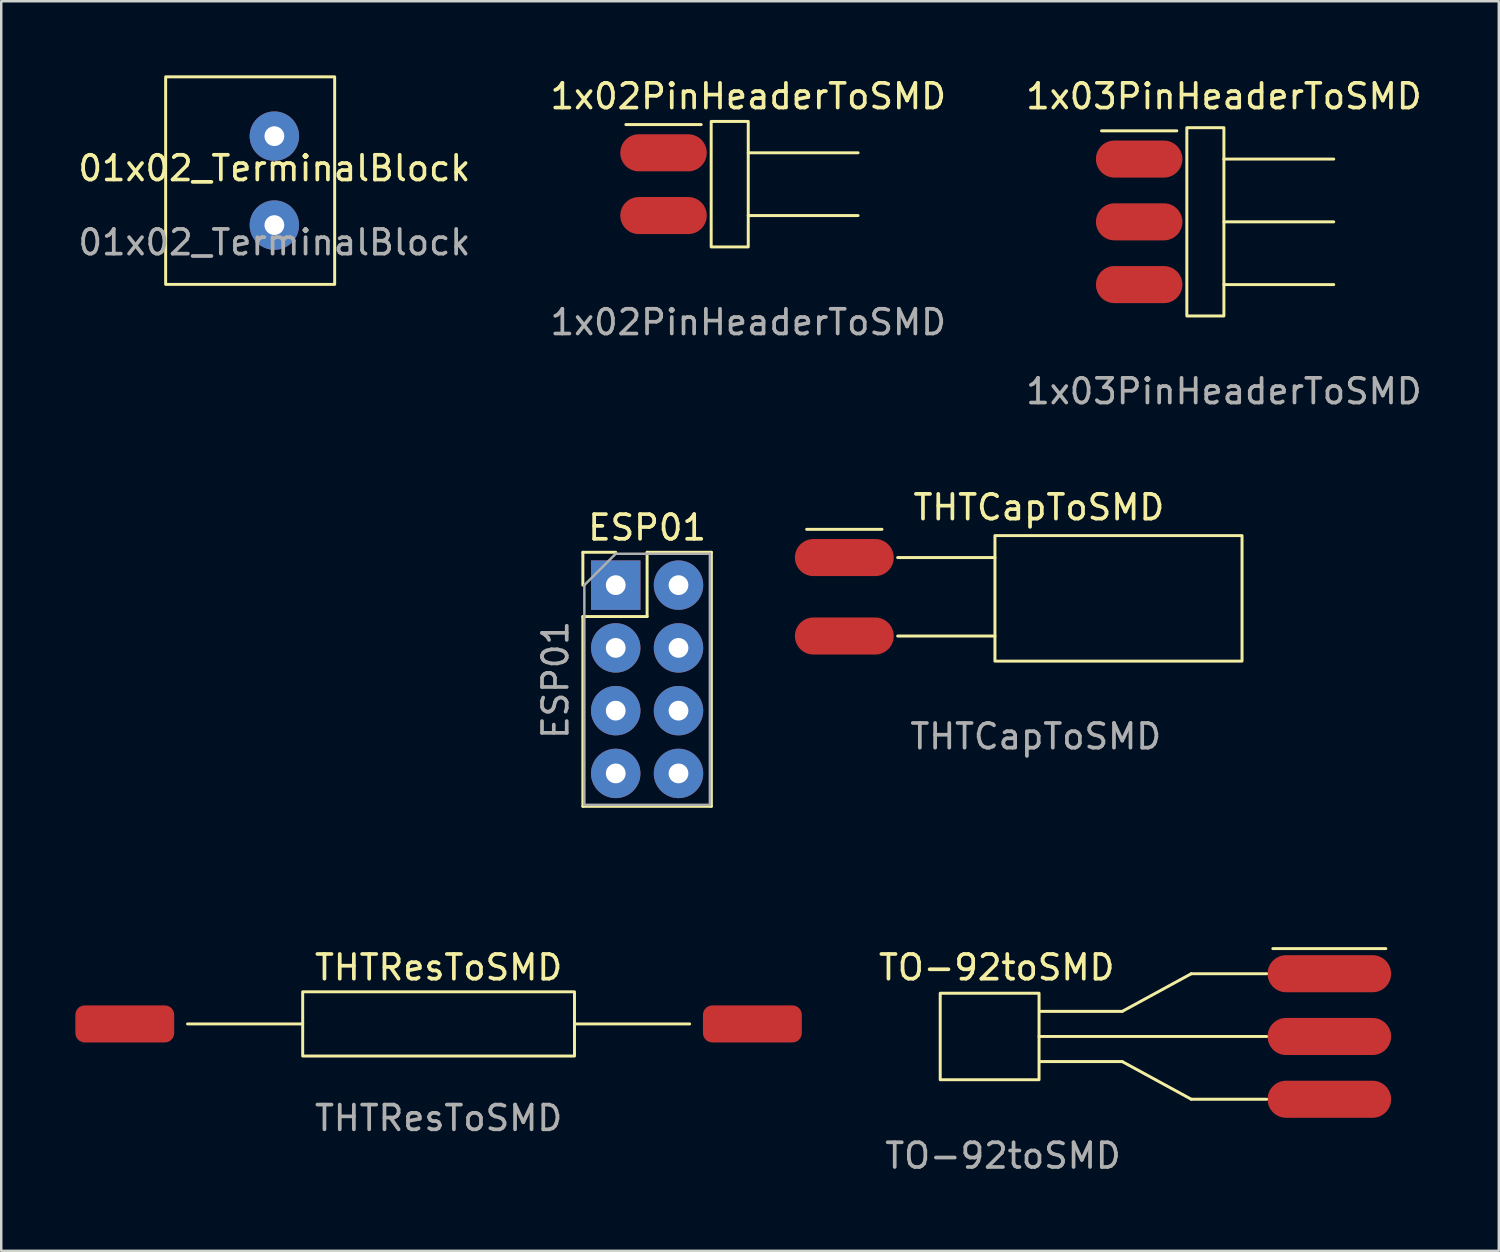
<source format=kicad_pcb>
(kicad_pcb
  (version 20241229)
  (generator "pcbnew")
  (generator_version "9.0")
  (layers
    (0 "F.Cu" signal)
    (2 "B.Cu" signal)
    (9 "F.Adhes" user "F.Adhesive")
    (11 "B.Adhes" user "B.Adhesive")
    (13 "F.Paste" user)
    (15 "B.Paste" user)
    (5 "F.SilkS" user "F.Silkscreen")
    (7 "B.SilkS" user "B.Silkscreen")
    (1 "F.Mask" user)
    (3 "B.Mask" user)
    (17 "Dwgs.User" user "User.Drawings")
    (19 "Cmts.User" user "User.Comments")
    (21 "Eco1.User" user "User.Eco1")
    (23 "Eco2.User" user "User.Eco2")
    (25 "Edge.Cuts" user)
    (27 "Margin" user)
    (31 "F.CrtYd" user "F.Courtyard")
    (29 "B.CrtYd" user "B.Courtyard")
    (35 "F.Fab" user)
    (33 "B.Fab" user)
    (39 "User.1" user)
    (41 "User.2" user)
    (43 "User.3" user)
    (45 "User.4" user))
  (footprint "1x03PinHeaderToSMD"
    (layer "F.Cu")
    (at 46.482 3.388)
    (property "Reference" "1x03PinHeaderToSMD" (at 0 -2.54 0) (unlocked yes) (layer "F.SilkS") (effects (font (size 1 1) (thickness 0.15))))
    (attr smd)
    (fp_line (start -4.953 -1.143) (end -1.905 -1.143) (stroke (width 0.12) (type solid)) (layer "F.SilkS"))
    (fp_line (start 0 0) (end 4.445 0) (stroke (width 0.12) (type solid)) (layer "F.SilkS"))
    (fp_line (start 0 2.54) (end 4.445 2.54) (stroke (width 0.12) (type solid)) (layer "F.SilkS"))
    (fp_line (start 0 5.08) (end 4.445 5.08) (stroke (width 0.12) (type solid)) (layer "F.SilkS"))
    (fp_rect (start -1.5 6.35) (end 0 -1.27) (stroke (width 0.12) (type solid)) (fill no) (layer "F.SilkS"))
    (fp_text user "${REFERENCE}" (at 0 9.398 0) (unlocked yes) (layer "F.Fab") (effects (font (size 1 1) (thickness 0.15))))
    (pad "1" smd oval (at -3.429 0) (size 3.5 1.5) (layers "F.Cu" "F.Mask" "F.Paste"))
    (pad "2" smd oval (at -3.429 2.54) (size 3.5 1.5) (layers "F.Cu" "F.Mask" "F.Paste"))
    (pad "3" smd oval (at -3.429 5.08) (size 3.5 1.5) (layers "F.Cu" "F.Mask" "F.Paste")))
  (footprint "ESP01"
    (layer "F.Cu")
    (at 21.869 20.631)
    (property "Reference" "ESP01" (at 1.27 -2.33 0) (layer "F.SilkS") (effects (font (size 1 1) (thickness 0.15))))
    (attr through_hole)
    (fp_line (start -1.33 -1.33) (end 0 -1.33) (stroke (width 0.12) (type solid)) (layer "F.SilkS"))
    (fp_line (start -1.33 0) (end -1.33 -1.33) (stroke (width 0.12) (type solid)) (layer "F.SilkS"))
    (fp_line (start -1.33 1.27) (end -1.33 8.95) (stroke (width 0.12) (type solid)) (layer "F.SilkS"))
    (fp_line (start -1.33 1.27) (end 1.27 1.27) (stroke (width 0.12) (type solid)) (layer "F.SilkS"))
    (fp_line (start -1.33 8.95) (end 3.87 8.95) (stroke (width 0.12) (type solid)) (layer "F.SilkS"))
    (fp_line (start 1.27 -1.33) (end 3.87 -1.33) (stroke (width 0.12) (type solid)) (layer "F.SilkS"))
    (fp_line (start 1.27 1.27) (end 1.27 -1.33) (stroke (width 0.12) (type solid)) (layer "F.SilkS"))
    (fp_line (start 3.87 -1.33) (end 3.87 8.95) (stroke (width 0.12) (type solid)) (layer "F.SilkS"))
    (fp_line (start -1.27 0) (end 0 -1.27) (stroke (width 0.1) (type solid)) (layer "F.Fab"))
    (fp_line (start -1.27 8.89) (end -1.27 0) (stroke (width 0.1) (type solid)) (layer "F.Fab"))
    (fp_line (start 0 -1.27) (end 3.81 -1.27) (stroke (width 0.1) (type solid)) (layer "F.Fab"))
    (fp_line (start 3.81 -1.27) (end 3.81 8.89) (stroke (width 0.1) (type solid)) (layer "F.Fab"))
    (fp_line (start 3.81 8.89) (end -1.27 8.89) (stroke (width 0.1) (type solid)) (layer "F.Fab"))
    (fp_rect (start -21.809 -3.937) (end 4.191 11.563) (stroke (width 0.12) (type default)) (fill no) (layer "User.1"))
    (fp_text user "${REFERENCE}" (at -2.438 3.835 90) (layer "F.Fab") (effects (font (size 1 1) (thickness 0.15))))
    (pad "1" thru_hole rect (at 0 0) (size 2 2) (drill 0.8) (layers "*.Cu" "*.Mask"))
    (pad "2" thru_hole circle (at 2.54 0) (size 2 2) (drill 0.8) (layers "*.Cu" "*.Mask"))
    (pad "3" thru_hole circle (at 0 2.54) (size 2 2) (drill 0.8) (layers "*.Cu" "*.Mask"))
    (pad "4" thru_hole circle (at 2.54 2.54) (size 2 2) (drill 0.8) (layers "*.Cu" "*.Mask"))
    (pad "5" thru_hole circle (at 0 5.08) (size 2 2) (drill 0.8) (layers "*.Cu" "*.Mask"))
    (pad "6" thru_hole circle (at 2.54 5.08) (size 2 2) (drill 0.8) (layers "*.Cu" "*.Mask"))
    (pad "7" thru_hole circle (at 0 7.62) (size 2 2) (drill 0.8) (layers "*.Cu" "*.Mask"))
    (pad "8" thru_hole circle (at 2.54 7.62) (size 2 2) (drill 0.8) (layers "*.Cu" "*.Mask")))
  (footprint "THTResToSMD"
    (layer "F.Cu")
    (at 14.7 38.389)
    (property "Reference" "THTResToSMD" (at 0 -2.286 0) (unlocked yes) (layer "F.SilkS") (effects (font (size 1 1) (thickness 0.15))))
    (attr smd)
    (fp_line (start -5.5 0) (end -10.16 0) (stroke (width 0.12) (type solid)) (layer "F.SilkS"))
    (fp_line (start 5.5 0) (end 10.16 0) (stroke (width 0.12) (type solid)) (layer "F.SilkS"))
    (fp_rect (start -5.5 -1.3) (end 5.5 1.3) (stroke (width 0.12) (type solid)) (fill no) (layer "F.SilkS"))
    (fp_text user "${REFERENCE}" (at 0 3.81 0) (unlocked yes) (layer "F.Fab") (effects (font (size 1 1) (thickness 0.15))))
    (pad "1" smd roundrect (at 12.7 0) (size 4 1.5) (layers "F.Cu" "F.Mask" "F.Paste") (roundrect_rratio 0.25))
    (pad "2" smd roundrect (at -12.7 0) (size 4 1.5) (layers "F.Cu" "F.Mask" "F.Paste") (roundrect_rratio 0.25)))
  (footprint "1x02PinHeaderToSMD"
    (layer "F.Cu")
    (at 27.232 3.134)
    (property "Reference" "1x02PinHeaderToSMD" (at 0 -2.286 0) (unlocked yes) (layer "F.SilkS") (effects (font (size 1 1) (thickness 0.15))))
    (attr smd)
    (fp_line (start -4.953 -1.143) (end -1.905 -1.143) (stroke (width 0.12) (type solid)) (layer "F.SilkS"))
    (fp_line (start 0 0) (end 4.445 0) (stroke (width 0.12) (type solid)) (layer "F.SilkS"))
    (fp_line (start 0 2.54) (end 4.445 2.54) (stroke (width 0.12) (type solid)) (layer "F.SilkS"))
    (fp_rect (start -1.5 3.81) (end 0 -1.27) (stroke (width 0.12) (type solid)) (fill no) (layer "F.SilkS"))
    (fp_text user "${REFERENCE}" (at 0 6.858 0) (unlocked yes) (layer "F.Fab") (effects (font (size 1 1) (thickness 0.15))))
    (pad "1" smd oval (at -3.429 0) (size 3.5 1.5) (layers "F.Cu" "F.Mask" "F.Paste"))
    (pad "2" smd oval (at -3.429 2.54) (size 3.5 1.5) (layers "F.Cu" "F.Mask" "F.Paste")))
  (footprint "TO-92toSMD"
    (layer "F.Cu")
    (at 35.001 38.897)
    (property "Reference" "TO-92toSMD" (at 2.286 -2.794 0) (unlocked yes) (layer "F.SilkS") (effects (font (size 1 1) (thickness 0.15))))
    (attr smd)
    (fp_line (start 4 0) (end 13.208 0) (stroke (width 0.12) (type solid)) (layer "F.SilkS"))
    (fp_line (start 4.064 -1.016) (end 7.366 -1.016) (stroke (width 0.12) (type solid)) (layer "F.SilkS"))
    (fp_line (start 4.064 1.016) (end 7.366 1.016) (stroke (width 0.12) (type solid)) (layer "F.SilkS"))
    (fp_line (start 7.366 -1.016) (end 10.16 -2.54) (stroke (width 0.12) (type solid)) (layer "F.SilkS"))
    (fp_line (start 7.366 1.016) (end 10.16 2.54) (stroke (width 0.12) (type solid)) (layer "F.SilkS"))
    (fp_line (start 10.16 -2.54) (end 13.208 -2.54) (stroke (width 0.12) (type solid)) (layer "F.SilkS"))
    (fp_line (start 10.16 2.54) (end 13.208 2.54) (stroke (width 0.12) (type solid)) (layer "F.SilkS"))
    (fp_line (start 13.462 -3.556) (end 18.034 -3.556) (stroke (width 0.12) (type solid)) (layer "F.SilkS"))
    (fp_rect (start 0 -1.75) (end 4 1.75) (stroke (width 0.12) (type solid)) (fill no) (layer "F.SilkS"))
    (fp_text user "${REFERENCE}" (at 2.54 4.826 0) (unlocked yes) (layer "F.Fab") (effects (font (size 1 1) (thickness 0.15))))
    (pad "1" smd oval (at 15.748 -2.54) (size 5 1.5) (layers "F.Cu" "F.Mask" "F.Paste"))
    (pad "2" smd oval (at 15.748 0) (size 5 1.5) (layers "F.Cu" "F.Mask" "F.Paste"))
    (pad "3" smd oval (at 15.748 2.54) (size 5 1.5) (layers "F.Cu" "F.Mask" "F.Paste")))
  (footprint "01x02_TerminalBlock"
    (layer "F.Cu")
    (at 8.054 4.26)
    (property "Reference" "01x02_TerminalBlock" (at 0 -0.5 0) (unlocked yes) (layer "F.SilkS") (effects (font (size 1 1) (thickness 0.15))))
    (attr through_hole)
    (fp_rect (start -4.4 -4.2) (end 2.44 4.2) (stroke (width 0.12) (type default)) (fill no) (layer "F.SilkS"))
    (fp_text user "${REFERENCE}" (at 0 2.5 0) (unlocked yes) (layer "F.Fab") (effects (font (size 1 1) (thickness 0.15))))
    (pad "1" thru_hole circle (at 0 -1.8) (size 2 2) (drill 0.8) (layers "*.Cu" "*.Mask"))
    (pad "2" thru_hole circle (at 0 1.8) (size 2 2) (drill 0.8) (layers "*.Cu" "*.Mask")))
  (footprint "THTCapToSMD"
    (layer "F.Cu")
    (at 37.216 21.166)
    (property "Reference" "THTCapToSMD" (at 1.778 -3.683 0) (unlocked yes) (layer "F.SilkS") (effects (font (size 1 1) (thickness 0.15))))
    (attr smd)
    (fp_line (start -7.62 -2.794) (end -4.572 -2.794) (stroke (width 0.12) (type solid)) (layer "F.SilkS"))
    (fp_line (start -3.937 -1.651) (end 0 -1.651) (stroke (width 0.12) (type solid)) (layer "F.SilkS"))
    (fp_line (start -3.937 1.524) (end 0 1.524) (stroke (width 0.12) (type solid)) (layer "F.SilkS"))
    (fp_rect (start 0 2.54) (end 10 -2.54) (stroke (width 0.12) (type solid)) (fill no) (layer "F.SilkS"))
    (fp_text user "${REFERENCE}" (at 1.651 5.588 0) (unlocked yes) (layer "F.Fab") (effects (font (size 1 1) (thickness 0.15))))
    (pad "1" smd oval (at -6.096 -1.651) (size 4 1.5) (layers "F.Cu" "F.Mask" "F.Paste"))
    (pad "2" smd oval (at -6.096 1.524) (size 4 1.5) (layers "F.Cu" "F.Mask" "F.Paste")))
  (gr_rect
    (start -3 -3)
    (end 57.607 47.571)
    (stroke (width 0.1) (type default))
    (fill no)
    (layer "Edge.Cuts")))
</source>
